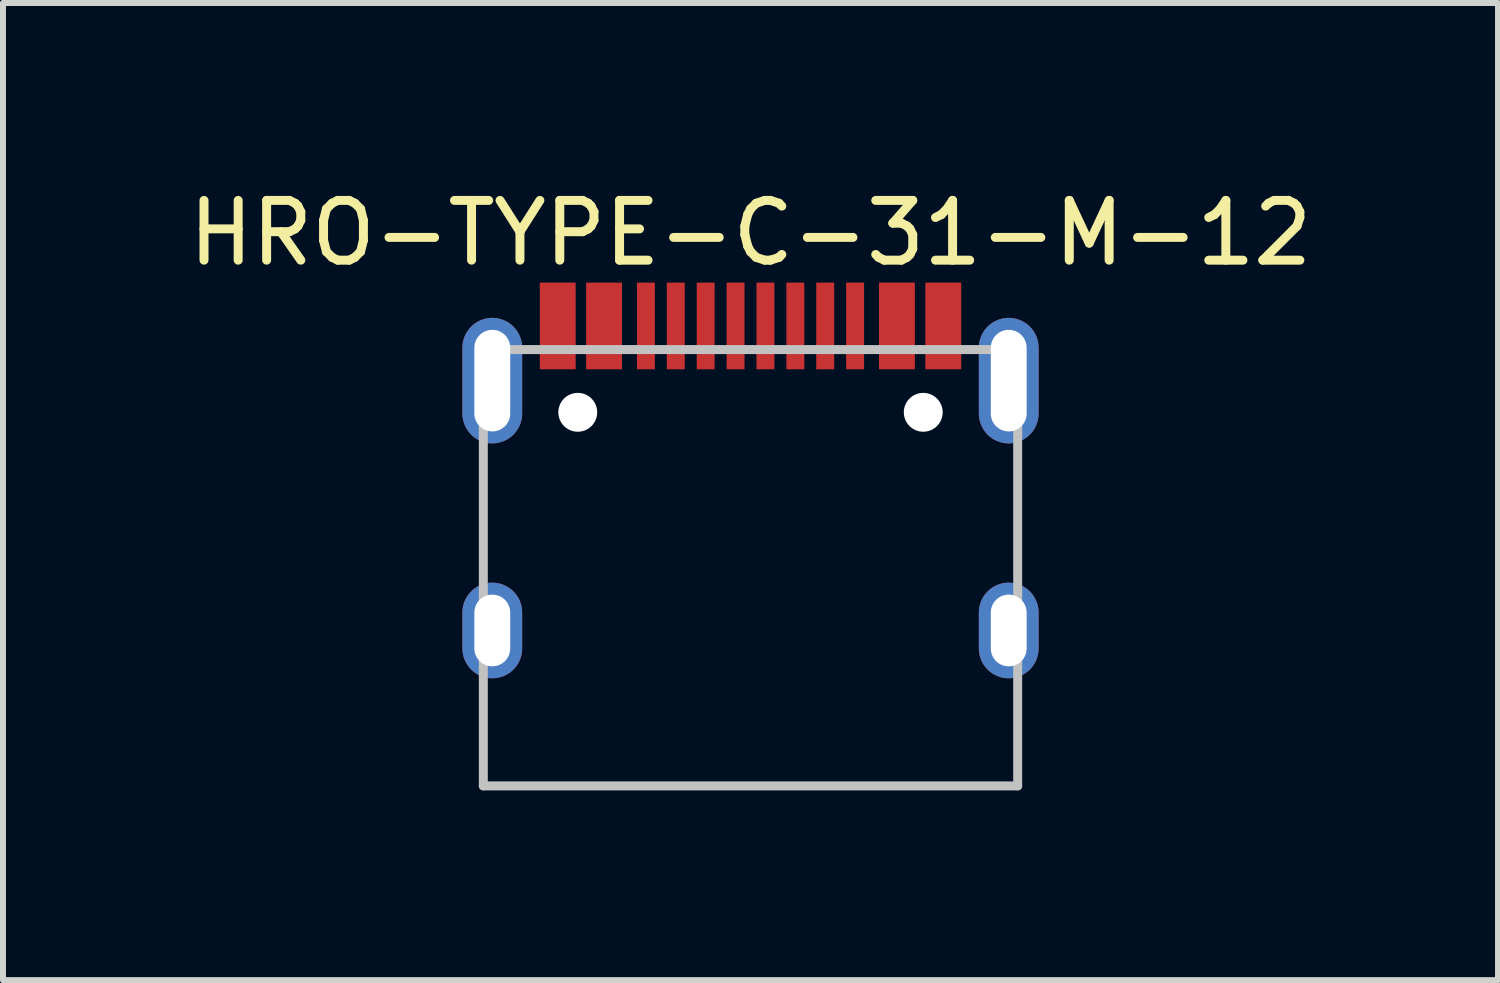
<source format=kicad_pcb>
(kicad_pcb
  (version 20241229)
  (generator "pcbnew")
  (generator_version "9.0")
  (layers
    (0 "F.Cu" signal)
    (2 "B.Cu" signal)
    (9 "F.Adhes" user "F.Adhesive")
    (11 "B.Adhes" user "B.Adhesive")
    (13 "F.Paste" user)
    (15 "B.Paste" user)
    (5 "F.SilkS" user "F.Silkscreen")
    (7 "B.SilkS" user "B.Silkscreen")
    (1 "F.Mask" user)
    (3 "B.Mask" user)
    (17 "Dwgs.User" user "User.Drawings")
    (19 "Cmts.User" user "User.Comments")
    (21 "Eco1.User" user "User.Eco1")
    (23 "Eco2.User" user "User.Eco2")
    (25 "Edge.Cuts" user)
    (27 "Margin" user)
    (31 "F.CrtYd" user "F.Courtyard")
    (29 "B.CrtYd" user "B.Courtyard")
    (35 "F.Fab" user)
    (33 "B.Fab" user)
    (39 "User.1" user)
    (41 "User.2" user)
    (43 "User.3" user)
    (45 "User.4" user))
  (footprint "HRO-TYPE-C-31-M-12"
    (layer "F.Cu")
    (at 9.506 10.098)
    (property "Reference" "HRO-TYPE-C-31-M-12" (at 0 -9.25 0) (layer "F.SilkS") (effects (font (size 1 1) (thickness 0.15))))
    (attr smd)
    (fp_line (start -4.47 -7.3) (end 4.47 -7.3) (stroke (width 0.15) (type solid)) (layer "Dwgs.User"))
    (fp_line (start -4.47 0) (end -4.47 -7.3) (stroke (width 0.15) (type solid)) (layer "Dwgs.User"))
    (fp_line (start -4.47 0) (end 4.47 0) (stroke (width 0.15) (type solid)) (layer "Dwgs.User"))
    (fp_line (start 4.47 0) (end 4.47 -7.3) (stroke (width 0.15) (type solid)) (layer "Dwgs.User"))
    (pad "" np_thru_hole circle (at -2.89 -6.25) (size 0.65 0.65) (drill 0.65) (layers "*.Cu" "*.Mask"))
    (pad "" np_thru_hole circle (at 2.89 -6.25) (size 0.65 0.65) (drill 0.65) (layers "*.Cu" "*.Mask"))
    (pad "1" smd rect (at -3.225 -7.695) (size 0.6 1.45) (layers "F.Cu" "F.Mask" "F.Paste"))
    (pad "2" smd rect (at -2.45 -7.695) (size 0.6 1.45) (layers "F.Cu" "F.Mask" "F.Paste"))
    (pad "3" smd rect (at -1.75 -7.695) (size 0.3 1.45) (layers "F.Cu" "F.Mask" "F.Paste"))
    (pad "4" smd rect (at -1.25 -7.695) (size 0.3 1.45) (layers "F.Cu" "F.Mask" "F.Paste"))
    (pad "5" smd rect (at -0.75 -7.695) (size 0.3 1.45) (layers "F.Cu" "F.Mask" "F.Paste"))
    (pad "6" smd rect (at -0.25 -7.695) (size 0.3 1.45) (layers "F.Cu" "F.Mask" "F.Paste"))
    (pad "7" smd rect (at 0.25 -7.695) (size 0.3 1.45) (layers "F.Cu" "F.Mask" "F.Paste"))
    (pad "8" smd rect (at 0.75 -7.695) (size 0.3 1.45) (layers "F.Cu" "F.Mask" "F.Paste"))
    (pad "9" smd rect (at 1.25 -7.695) (size 0.3 1.45) (layers "F.Cu" "F.Mask" "F.Paste"))
    (pad "10" smd rect (at 1.75 -7.695) (size 0.3 1.45) (layers "F.Cu" "F.Mask" "F.Paste"))
    (pad "11" smd rect (at 2.45 -7.695) (size 0.6 1.45) (layers "F.Cu" "F.Mask" "F.Paste"))
    (pad "12" smd rect (at 3.225 -7.695) (size 0.6 1.45) (layers "F.Cu" "F.Mask" "F.Paste"))
    (pad "13" thru_hole oval (at -4.32 -6.78) (size 1 2.1) (drill oval 0.6 1.7) (layers "*.Cu" "*.Mask"))
    (pad "13" thru_hole oval (at -4.32 -2.6) (size 1 1.6) (drill oval 0.6 1.2) (layers "*.Cu" "*.Mask"))
    (pad "13" thru_hole oval (at 4.32 -6.78) (size 1 2.1) (drill oval 0.6 1.7) (layers "*.Cu" "*.Mask"))
    (pad "13" thru_hole oval (at 4.32 -2.6) (size 1 1.6) (drill oval 0.6 1.2) (layers "*.Cu" "*.Mask")))
  (gr_rect
    (start -3 -3)
    (end 22.012 13.348)
    (stroke (width 0.1) (type default))
    (fill no)
    (layer "Edge.Cuts")))
</source>
